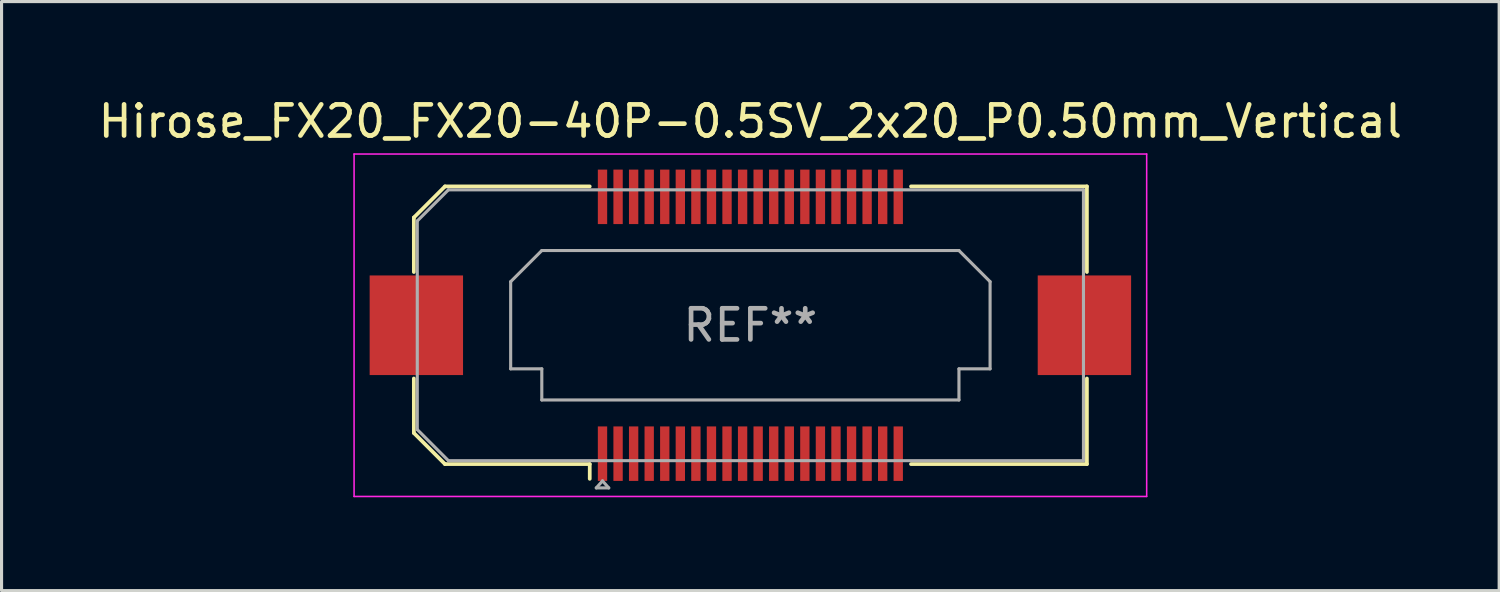
<source format=kicad_pcb>
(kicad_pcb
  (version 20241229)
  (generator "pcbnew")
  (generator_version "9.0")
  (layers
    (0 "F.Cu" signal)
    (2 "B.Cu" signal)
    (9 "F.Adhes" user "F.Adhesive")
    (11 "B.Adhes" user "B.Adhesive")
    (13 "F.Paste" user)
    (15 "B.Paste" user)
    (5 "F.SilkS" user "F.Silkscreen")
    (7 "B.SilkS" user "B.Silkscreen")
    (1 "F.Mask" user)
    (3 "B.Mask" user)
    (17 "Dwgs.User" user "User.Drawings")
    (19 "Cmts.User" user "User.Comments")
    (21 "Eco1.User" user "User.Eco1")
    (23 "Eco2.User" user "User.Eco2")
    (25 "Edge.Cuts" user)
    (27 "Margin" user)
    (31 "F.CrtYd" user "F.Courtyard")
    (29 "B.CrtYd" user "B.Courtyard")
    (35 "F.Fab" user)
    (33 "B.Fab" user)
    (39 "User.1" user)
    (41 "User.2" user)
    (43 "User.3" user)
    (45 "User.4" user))
  (footprint "Hirose_FX20_FX20-40P-0.5SV_2x20_P0.50mm_Vertical"
    (layer "F.Cu")
    (at 21.054 7.398)
    (property "Reference" "Hirose_FX20_FX20-40P-0.5SV_2x20_P0.50mm_Vertical" (at 0 -6.55 0) (layer "F.SilkS") (effects (font (size 1 1) (thickness 0.15))))
    (attr smd)
    (fp_line (start -10.81 -3.46) (end -9.81 -4.46) (stroke (width 0.12) (type solid)) (layer "F.SilkS"))
    (fp_line (start -10.81 -1.71) (end -10.81 -3.46) (stroke (width 0.12) (type solid)) (layer "F.SilkS"))
    (fp_line (start -10.81 3.46) (end -10.81 1.71) (stroke (width 0.12) (type solid)) (layer "F.SilkS"))
    (fp_line (start -9.81 -4.46) (end -5.16 -4.46) (stroke (width 0.12) (type solid)) (layer "F.SilkS"))
    (fp_line (start -9.81 4.46) (end -10.81 3.46) (stroke (width 0.12) (type solid)) (layer "F.SilkS"))
    (fp_line (start -5.16 4.46) (end -9.81 4.46) (stroke (width 0.12) (type solid)) (layer "F.SilkS"))
    (fp_line (start -5.16 4.933) (end -5.16 4.46) (stroke (width 0.12) (type solid)) (layer "F.SilkS"))
    (fp_line (start 5.16 4.46) (end 10.81 4.46) (stroke (width 0.12) (type solid)) (layer "F.SilkS"))
    (fp_line (start 10.81 -4.46) (end 5.16 -4.46) (stroke (width 0.12) (type solid)) (layer "F.SilkS"))
    (fp_line (start 10.81 -1.71) (end 10.81 -4.46) (stroke (width 0.12) (type solid)) (layer "F.SilkS"))
    (fp_line (start 10.81 4.46) (end 10.81 1.71) (stroke (width 0.12) (type solid)) (layer "F.SilkS"))
    (fp_line (start -12.73 -5.5) (end -12.73 5.5) (stroke (width 0.05) (type solid)) (layer "F.CrtYd"))
    (fp_line (start -12.73 5.5) (end 12.73 5.5) (stroke (width 0.05) (type solid)) (layer "F.CrtYd"))
    (fp_line (start 12.73 -5.5) (end -12.73 -5.5) (stroke (width 0.05) (type solid)) (layer "F.CrtYd"))
    (fp_line (start 12.73 5.5) (end 12.73 -5.5) (stroke (width 0.05) (type solid)) (layer "F.CrtYd"))
    (fp_line (start -10.7 -3.35) (end -9.7 -4.35) (stroke (width 0.1) (type solid)) (layer "F.Fab"))
    (fp_line (start -10.7 3.35) (end -10.7 -3.35) (stroke (width 0.1) (type solid)) (layer "F.Fab"))
    (fp_line (start -9.7 -4.35) (end 10.7 -4.35) (stroke (width 0.1) (type solid)) (layer "F.Fab"))
    (fp_line (start -9.7 4.35) (end -10.7 3.35) (stroke (width 0.1) (type solid)) (layer "F.Fab"))
    (fp_line (start -7.7 -1.4) (end -6.7 -2.4) (stroke (width 0.1) (type solid)) (layer "F.Fab"))
    (fp_line (start -7.7 1.4) (end -7.7 -1.4) (stroke (width 0.1) (type solid)) (layer "F.Fab"))
    (fp_line (start -6.7 -2.4) (end 6.7 -2.4) (stroke (width 0.1) (type solid)) (layer "F.Fab"))
    (fp_line (start -6.7 1.4) (end -7.7 1.4) (stroke (width 0.1) (type solid)) (layer "F.Fab"))
    (fp_line (start -6.7 2.4) (end -6.7 1.4) (stroke (width 0.1) (type solid)) (layer "F.Fab"))
    (fp_line (start -4.95 5.225) (end -4.75 5) (stroke (width 0.1) (type solid)) (layer "F.Fab"))
    (fp_line (start -4.75 5) (end -4.55 5.225) (stroke (width 0.1) (type solid)) (layer "F.Fab"))
    (fp_line (start -4.55 5.225) (end -4.95 5.225) (stroke (width 0.1) (type solid)) (layer "F.Fab"))
    (fp_line (start 6.7 -2.4) (end 7.7 -1.4) (stroke (width 0.1) (type solid)) (layer "F.Fab"))
    (fp_line (start 6.7 1.4) (end 6.7 2.4) (stroke (width 0.1) (type solid)) (layer "F.Fab"))
    (fp_line (start 6.7 2.4) (end -6.7 2.4) (stroke (width 0.1) (type solid)) (layer "F.Fab"))
    (fp_line (start 7.7 -1.4) (end 7.7 1.4) (stroke (width 0.1) (type solid)) (layer "F.Fab"))
    (fp_line (start 7.7 1.4) (end 6.7 1.4) (stroke (width 0.1) (type solid)) (layer "F.Fab"))
    (fp_line (start 10.7 -4.35) (end 10.7 4.35) (stroke (width 0.1) (type solid)) (layer "F.Fab"))
    (fp_line (start 10.7 4.35) (end -9.7 4.35) (stroke (width 0.1) (type solid)) (layer "F.Fab"))
    (fp_text user "REF**" (at 0 0 0) (layer "F.Fab") (effects (font (size 1 1) (thickness 0.15))))
    (pad "" smd rect (at -10.73 0) (size 2.98 3.18) (layers "F.Paste"))
    (pad "" smd rect (at -10.73 0) (size 3 3.2) (layers "F.Cu" "F.Mask"))
    (pad "" smd rect (at -4.75 -4.325) (size 0.28 1.35) (layers "F.Paste"))
    (pad "" smd rect (at -4.75 4.325) (size 0.28 1.35) (layers "F.Paste"))
    (pad "" smd rect (at -4.25 -4.325) (size 0.28 1.35) (layers "F.Paste"))
    (pad "" smd rect (at -4.25 4.325) (size 0.28 1.35) (layers "F.Paste"))
    (pad "" smd rect (at -3.75 -4.325) (size 0.28 1.35) (layers "F.Paste"))
    (pad "" smd rect (at -3.75 4.325) (size 0.28 1.35) (layers "F.Paste"))
    (pad "" smd rect (at -3.25 -4.325) (size 0.28 1.35) (layers "F.Paste"))
    (pad "" smd rect (at -3.25 4.325) (size 0.28 1.35) (layers "F.Paste"))
    (pad "" smd rect (at -2.75 -4.325) (size 0.28 1.35) (layers "F.Paste"))
    (pad "" smd rect (at -2.75 4.325) (size 0.28 1.35) (layers "F.Paste"))
    (pad "" smd rect (at -2.25 -4.325) (size 0.28 1.35) (layers "F.Paste"))
    (pad "" smd rect (at -2.25 4.325) (size 0.28 1.35) (layers "F.Paste"))
    (pad "" smd rect (at -1.75 -4.325) (size 0.28 1.35) (layers "F.Paste"))
    (pad "" smd rect (at -1.75 4.325) (size 0.28 1.35) (layers "F.Paste"))
    (pad "" smd rect (at -1.25 -4.325) (size 0.28 1.35) (layers "F.Paste"))
    (pad "" smd rect (at -1.25 4.325) (size 0.28 1.35) (layers "F.Paste"))
    (pad "" smd rect (at -0.75 -4.325) (size 0.28 1.35) (layers "F.Paste"))
    (pad "" smd rect (at -0.75 4.325) (size 0.28 1.35) (layers "F.Paste"))
    (pad "" smd rect (at -0.25 -4.325) (size 0.28 1.35) (layers "F.Paste"))
    (pad "" smd rect (at -0.25 4.325) (size 0.28 1.35) (layers "F.Paste"))
    (pad "" smd rect (at 0.25 -4.325) (size 0.28 1.35) (layers "F.Paste"))
    (pad "" smd rect (at 0.25 4.325) (size 0.28 1.35) (layers "F.Paste"))
    (pad "" smd rect (at 0.75 -4.325) (size 0.28 1.35) (layers "F.Paste"))
    (pad "" smd rect (at 0.75 4.325) (size 0.28 1.35) (layers "F.Paste"))
    (pad "" smd rect (at 1.25 -4.325) (size 0.28 1.35) (layers "F.Paste"))
    (pad "" smd rect (at 1.25 4.325) (size 0.28 1.35) (layers "F.Paste"))
    (pad "" smd rect (at 1.75 -4.325) (size 0.28 1.35) (layers "F.Paste"))
    (pad "" smd rect (at 1.75 4.325) (size 0.28 1.35) (layers "F.Paste"))
    (pad "" smd rect (at 2.25 -4.325) (size 0.28 1.35) (layers "F.Paste"))
    (pad "" smd rect (at 2.25 4.325) (size 0.28 1.35) (layers "F.Paste"))
    (pad "" smd rect (at 2.75 -4.325) (size 0.28 1.35) (layers "F.Paste"))
    (pad "" smd rect (at 2.75 4.325) (size 0.28 1.35) (layers "F.Paste"))
    (pad "" smd rect (at 3.25 -4.325) (size 0.28 1.35) (layers "F.Paste"))
    (pad "" smd rect (at 3.25 4.325) (size 0.28 1.35) (layers "F.Paste"))
    (pad "" smd rect (at 3.75 -4.325) (size 0.28 1.35) (layers "F.Paste"))
    (pad "" smd rect (at 3.75 4.325) (size 0.28 1.35) (layers "F.Paste"))
    (pad "" smd rect (at 4.25 -4.325) (size 0.28 1.35) (layers "F.Paste"))
    (pad "" smd rect (at 4.25 4.325) (size 0.28 1.35) (layers "F.Paste"))
    (pad "" smd rect (at 4.75 -4.325) (size 0.28 1.35) (layers "F.Paste"))
    (pad "" smd rect (at 4.75 4.325) (size 0.28 1.35) (layers "F.Paste"))
    (pad "" smd rect (at 10.73 0) (size 2.98 3.18) (layers "F.Paste"))
    (pad "" smd rect (at 10.73 0) (size 3 3.2) (layers "F.Cu" "F.Mask"))
    (pad "1" smd rect (at -4.75 4.125) (size 0.3 1.75) (layers "F.Cu" "F.Mask"))
    (pad "2" smd rect (at -4.75 -4.125) (size 0.3 1.75) (layers "F.Cu" "F.Mask"))
    (pad "3" smd rect (at -4.25 4.125) (size 0.3 1.75) (layers "F.Cu" "F.Mask"))
    (pad "4" smd rect (at -4.25 -4.125) (size 0.3 1.75) (layers "F.Cu" "F.Mask"))
    (pad "5" smd rect (at -3.75 4.125) (size 0.3 1.75) (layers "F.Cu" "F.Mask"))
    (pad "6" smd rect (at -3.75 -4.125) (size 0.3 1.75) (layers "F.Cu" "F.Mask"))
    (pad "7" smd rect (at -3.25 4.125) (size 0.3 1.75) (layers "F.Cu" "F.Mask"))
    (pad "8" smd rect (at -3.25 -4.125) (size 0.3 1.75) (layers "F.Cu" "F.Mask"))
    (pad "9" smd rect (at -2.75 4.125) (size 0.3 1.75) (layers "F.Cu" "F.Mask"))
    (pad "10" smd rect (at -2.75 -4.125) (size 0.3 1.75) (layers "F.Cu" "F.Mask"))
    (pad "11" smd rect (at -2.25 4.125) (size 0.3 1.75) (layers "F.Cu" "F.Mask"))
    (pad "12" smd rect (at -2.25 -4.125) (size 0.3 1.75) (layers "F.Cu" "F.Mask"))
    (pad "13" smd rect (at -1.75 4.125) (size 0.3 1.75) (layers "F.Cu" "F.Mask"))
    (pad "14" smd rect (at -1.75 -4.125) (size 0.3 1.75) (layers "F.Cu" "F.Mask"))
    (pad "15" smd rect (at -1.25 4.125) (size 0.3 1.75) (layers "F.Cu" "F.Mask"))
    (pad "16" smd rect (at -1.25 -4.125) (size 0.3 1.75) (layers "F.Cu" "F.Mask"))
    (pad "17" smd rect (at -0.75 4.125) (size 0.3 1.75) (layers "F.Cu" "F.Mask"))
    (pad "18" smd rect (at -0.75 -4.125) (size 0.3 1.75) (layers "F.Cu" "F.Mask"))
    (pad "19" smd rect (at -0.25 4.125) (size 0.3 1.75) (layers "F.Cu" "F.Mask"))
    (pad "20" smd rect (at -0.25 -4.125) (size 0.3 1.75) (layers "F.Cu" "F.Mask"))
    (pad "21" smd rect (at 0.25 4.125) (size 0.3 1.75) (layers "F.Cu" "F.Mask"))
    (pad "22" smd rect (at 0.25 -4.125) (size 0.3 1.75) (layers "F.Cu" "F.Mask"))
    (pad "23" smd rect (at 0.75 4.125) (size 0.3 1.75) (layers "F.Cu" "F.Mask"))
    (pad "24" smd rect (at 0.75 -4.125) (size 0.3 1.75) (layers "F.Cu" "F.Mask"))
    (pad "25" smd rect (at 1.25 4.125) (size 0.3 1.75) (layers "F.Cu" "F.Mask"))
    (pad "26" smd rect (at 1.25 -4.125) (size 0.3 1.75) (layers "F.Cu" "F.Mask"))
    (pad "27" smd rect (at 1.75 4.125) (size 0.3 1.75) (layers "F.Cu" "F.Mask"))
    (pad "28" smd rect (at 1.75 -4.125) (size 0.3 1.75) (layers "F.Cu" "F.Mask"))
    (pad "29" smd rect (at 2.25 4.125) (size 0.3 1.75) (layers "F.Cu" "F.Mask"))
    (pad "30" smd rect (at 2.25 -4.125) (size 0.3 1.75) (layers "F.Cu" "F.Mask"))
    (pad "31" smd rect (at 2.75 4.125) (size 0.3 1.75) (layers "F.Cu" "F.Mask"))
    (pad "32" smd rect (at 2.75 -4.125) (size 0.3 1.75) (layers "F.Cu" "F.Mask"))
    (pad "33" smd rect (at 3.25 4.125) (size 0.3 1.75) (layers "F.Cu" "F.Mask"))
    (pad "34" smd rect (at 3.25 -4.125) (size 0.3 1.75) (layers "F.Cu" "F.Mask"))
    (pad "35" smd rect (at 3.75 4.125) (size 0.3 1.75) (layers "F.Cu" "F.Mask"))
    (pad "36" smd rect (at 3.75 -4.125) (size 0.3 1.75) (layers "F.Cu" "F.Mask"))
    (pad "37" smd rect (at 4.25 4.125) (size 0.3 1.75) (layers "F.Cu" "F.Mask"))
    (pad "38" smd rect (at 4.25 -4.125) (size 0.3 1.75) (layers "F.Cu" "F.Mask"))
    (pad "39" smd rect (at 4.75 4.125) (size 0.3 1.75) (layers "F.Cu" "F.Mask"))
    (pad "40" smd rect (at 4.75 -4.125) (size 0.3 1.75) (layers "F.Cu" "F.Mask")))
  (gr_rect
    (start -3 -3)
    (end 45.107 15.923)
    (stroke (width 0.1) (type default))
    (fill no)
    (layer "Edge.Cuts")))
</source>
